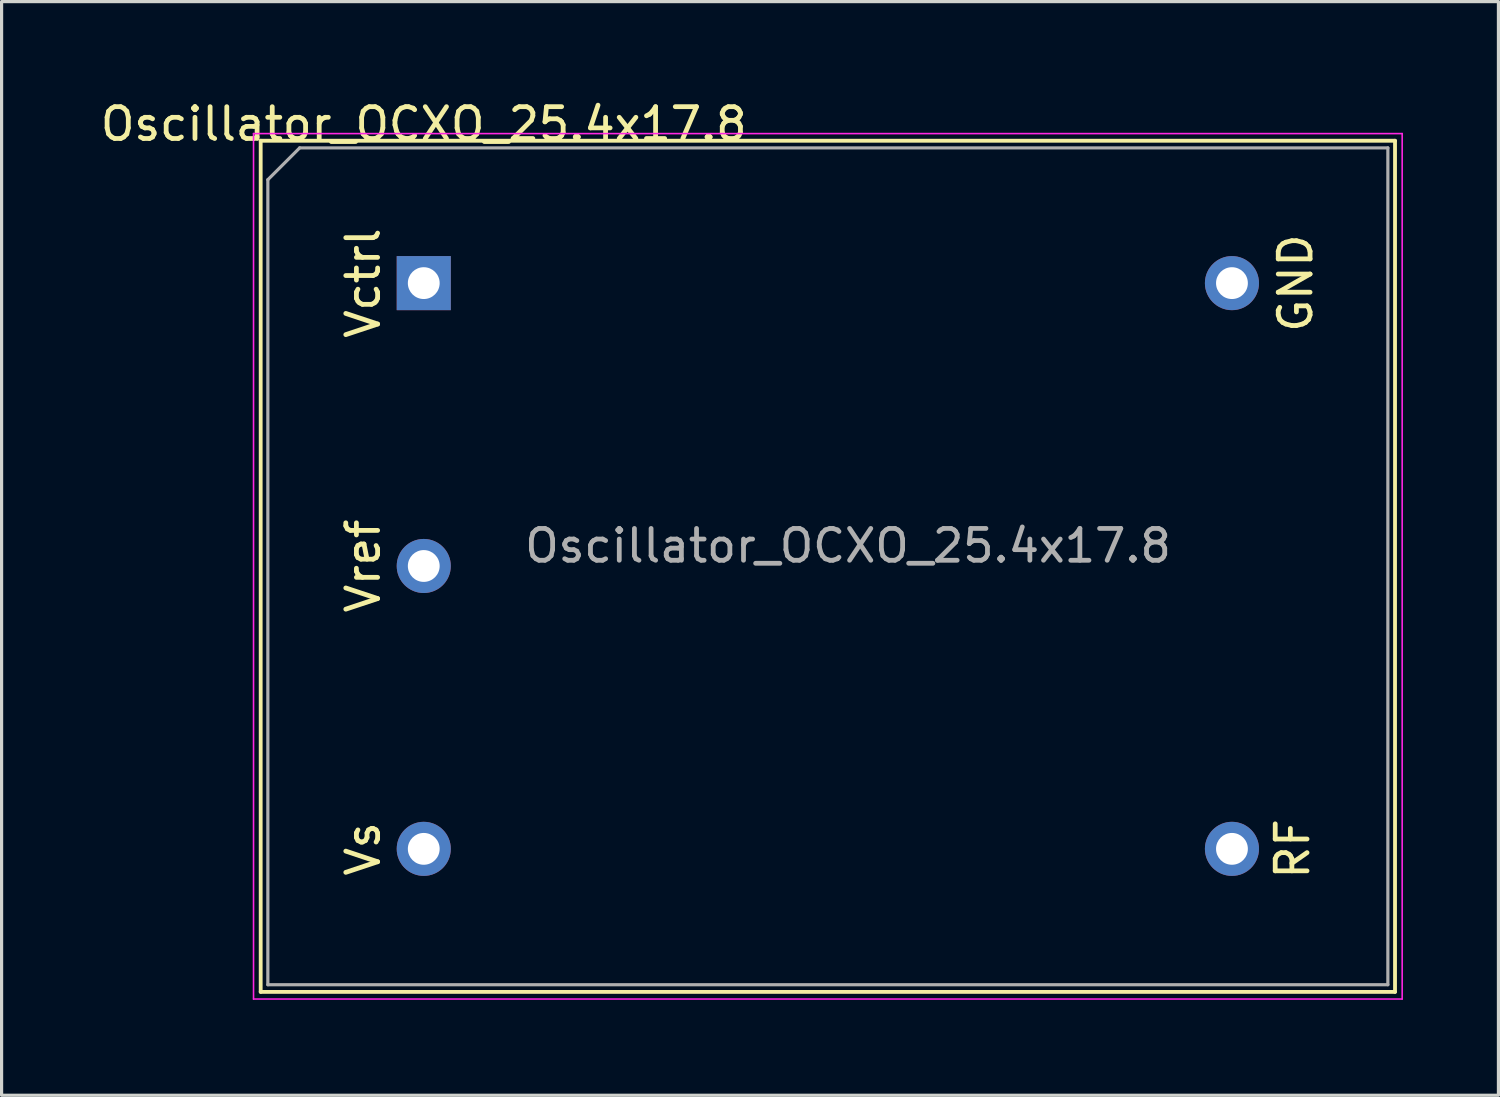
<source format=kicad_pcb>
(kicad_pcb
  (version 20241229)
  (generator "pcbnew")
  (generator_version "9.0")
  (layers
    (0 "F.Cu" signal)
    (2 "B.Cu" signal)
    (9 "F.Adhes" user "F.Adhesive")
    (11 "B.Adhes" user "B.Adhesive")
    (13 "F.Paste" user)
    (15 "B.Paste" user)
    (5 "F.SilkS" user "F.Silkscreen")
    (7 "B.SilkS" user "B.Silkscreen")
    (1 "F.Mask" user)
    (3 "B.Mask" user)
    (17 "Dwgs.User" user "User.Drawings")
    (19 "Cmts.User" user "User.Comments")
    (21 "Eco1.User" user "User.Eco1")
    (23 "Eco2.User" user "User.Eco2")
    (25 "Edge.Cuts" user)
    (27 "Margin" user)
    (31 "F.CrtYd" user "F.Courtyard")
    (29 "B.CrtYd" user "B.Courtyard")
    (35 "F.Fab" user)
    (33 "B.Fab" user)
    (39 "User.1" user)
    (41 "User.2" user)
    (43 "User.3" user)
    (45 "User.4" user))
  (footprint "Oscillator_OCXO_25.4x17.8"
    (layer "F.Cu")
    (at 10.268 5.848)
    (property "Reference" "Oscillator_OCXO_25.4x17.8" (at 0 -5 0) (layer "F.SilkS") (effects (font (size 1 1) (thickness 0.15))))
    (attr through_hole)
    (fp_line (start -5.125 -4.475) (end -5.125 22.275) (stroke (width 0.12) (type solid)) (layer "F.SilkS"))
    (fp_line (start -5.125 22.275) (end 30.525 22.275) (stroke (width 0.12) (type solid)) (layer "F.SilkS"))
    (fp_line (start 30.525 -4.475) (end -5.125 -4.475) (stroke (width 0.12) (type solid)) (layer "F.SilkS"))
    (fp_line (start 30.525 22.275) (end 30.525 -4.475) (stroke (width 0.12) (type solid)) (layer "F.SilkS"))
    (fp_line (start -5.35 -4.7) (end -5.35 22.5) (stroke (width 0.05) (type solid)) (layer "F.CrtYd"))
    (fp_line (start -5.35 -4.7) (end 30.75 -4.7) (stroke (width 0.05) (type solid)) (layer "F.CrtYd"))
    (fp_line (start 30.75 22.5) (end -5.35 22.5) (stroke (width 0.05) (type solid)) (layer "F.CrtYd"))
    (fp_line (start 30.75 22.5) (end 30.75 -4.7) (stroke (width 0.05) (type solid)) (layer "F.CrtYd"))
    (fp_line (start -4.9 -3.25) (end -3.9 -4.25) (stroke (width 0.1) (type solid)) (layer "F.Fab"))
    (fp_line (start -4.9 22.05) (end -4.9 -3.25) (stroke (width 0.1) (type solid)) (layer "F.Fab"))
    (fp_line (start -3.9 -4.25) (end 30.3 -4.25) (stroke (width 0.1) (type solid)) (layer "F.Fab"))
    (fp_line (start 30.3 -4.25) (end 30.3 22.05) (stroke (width 0.1) (type solid)) (layer "F.Fab"))
    (fp_line (start 30.3 22.05) (end -4.9 22.05) (stroke (width 0.1) (type solid)) (layer "F.Fab"))
    (fp_text user "GND" (at 27.4 0 90) (layer "F.SilkS") (effects (font (size 1 1) (thickness 0.15))))
    (fp_text user "Vref" (at -1.905 8.89 90) (layer "F.SilkS") (effects (font (size 1 1) (thickness 0.15))))
    (fp_text user "Vctrl" (at -1.905 0 270) (layer "F.SilkS") (effects (font (size 1 1) (thickness 0.15))))
    (fp_text user "RF" (at 27.305 17.78 270) (layer "F.SilkS") (effects (font (size 1 1) (thickness 0.15))))
    (fp_text user "Vs" (at -1.905 17.78 90) (layer "F.SilkS") (effects (font (size 1 1) (thickness 0.15))))
    (fp_text user "${REFERENCE}" (at 13.335 8.255 0) (layer "F.Fab") (effects (font (size 1 1) (thickness 0.15))))
    (pad "1" thru_hole rect (at 0 0 270) (size 1.7 1.7) (drill 1) (layers "*.Cu" "*.Mask"))
    (pad "2" thru_hole circle (at 0 8.89 90) (size 1.7 1.7) (drill 1) (layers "*.Cu" "*.Mask"))
    (pad "3" thru_hole circle (at 0 17.78 90) (size 1.7 1.7) (drill 1) (layers "*.Cu" "*.Mask"))
    (pad "4" thru_hole circle (at 25.4 17.78 270) (size 1.7 1.7) (drill 1) (layers "*.Cu" "*.Mask"))
    (pad "5" thru_hole circle (at 25.4 0 90) (size 1.7 1.7) (drill 1) (layers "*.Cu" "*.Mask")))
  (gr_rect
    (start -3 -3)
    (end 44.043 31.373)
    (stroke (width 0.1) (type default))
    (fill no)
    (layer "Edge.Cuts")))
</source>
